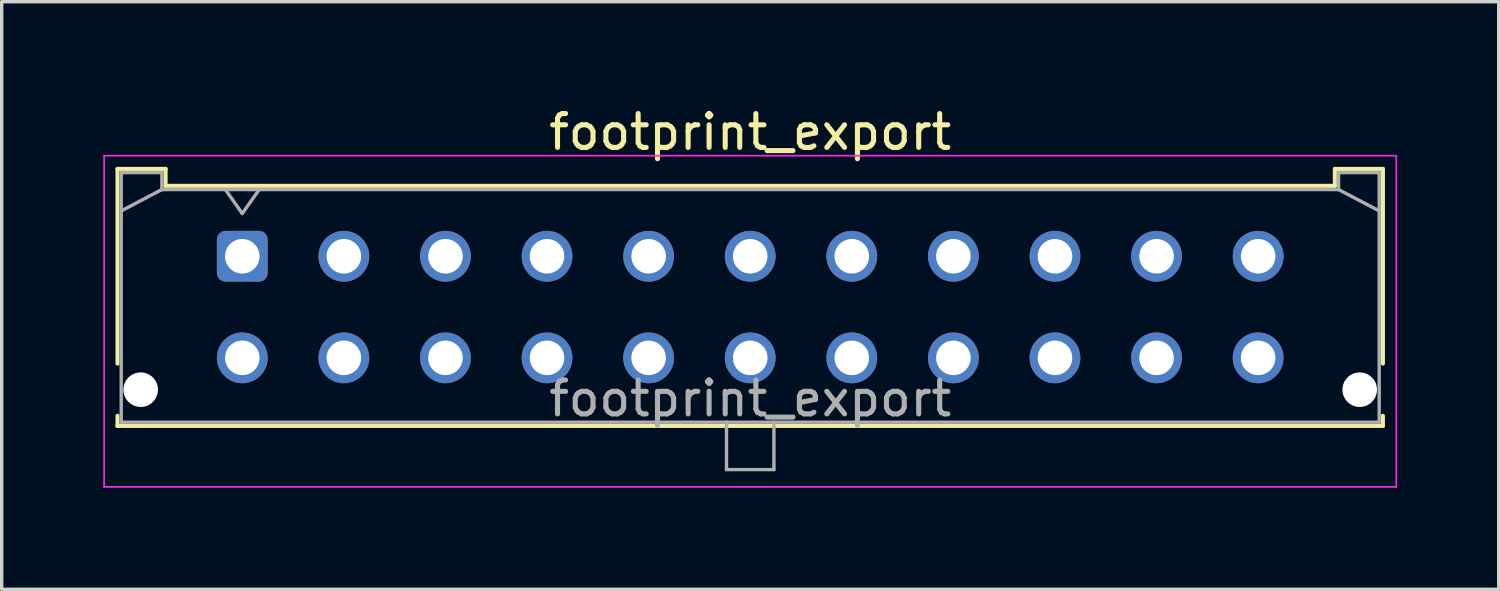
<source format=kicad_pcb>
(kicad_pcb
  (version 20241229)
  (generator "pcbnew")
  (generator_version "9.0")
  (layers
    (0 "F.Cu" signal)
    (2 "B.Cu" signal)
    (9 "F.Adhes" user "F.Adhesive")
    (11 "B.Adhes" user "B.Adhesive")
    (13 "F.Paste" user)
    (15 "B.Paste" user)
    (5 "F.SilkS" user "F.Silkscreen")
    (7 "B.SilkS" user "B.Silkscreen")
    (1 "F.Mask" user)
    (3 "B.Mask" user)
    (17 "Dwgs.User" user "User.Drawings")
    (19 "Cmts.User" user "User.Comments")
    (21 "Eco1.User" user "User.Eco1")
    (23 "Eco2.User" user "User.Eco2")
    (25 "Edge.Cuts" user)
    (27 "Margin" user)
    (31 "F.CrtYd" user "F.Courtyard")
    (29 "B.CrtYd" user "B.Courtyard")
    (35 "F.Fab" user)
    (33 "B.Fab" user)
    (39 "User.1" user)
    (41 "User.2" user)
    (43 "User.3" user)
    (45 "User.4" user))
  (footprint "footprint_export"
    (layer "F.Cu")
    (at 4.105 4.518)
    (property "Reference" "footprint_export" (at 15 -3.67 0) (layer "F.SilkS") (effects (font (size 1 1) (thickness 0.15))))
    (attr through_hole)
    (fp_line (start -3.685 -2.58) (end -2.265 -2.58) (stroke (width 0.12) (type solid)) (layer "F.SilkS"))
    (fp_line (start -3.685 3.17) (end -3.685 -2.58) (stroke (width 0.12) (type solid)) (layer "F.SilkS"))
    (fp_line (start -3.685 4.71) (end -3.685 5.01) (stroke (width 0.12) (type solid)) (layer "F.SilkS"))
    (fp_line (start -3.685 5.01) (end 33.685 5.01) (stroke (width 0.12) (type solid)) (layer "F.SilkS"))
    (fp_line (start -2.265 -2.58) (end -2.265 -2.08) (stroke (width 0.12) (type solid)) (layer "F.SilkS"))
    (fp_line (start -2.265 -2.08) (end 32.265 -2.08) (stroke (width 0.12) (type solid)) (layer "F.SilkS"))
    (fp_line (start 32.265 -2.58) (end 33.685 -2.58) (stroke (width 0.12) (type solid)) (layer "F.SilkS"))
    (fp_line (start 32.265 -2.08) (end 32.265 -2.58) (stroke (width 0.12) (type solid)) (layer "F.SilkS"))
    (fp_line (start 33.685 -2.58) (end 33.685 3.17) (stroke (width 0.12) (type solid)) (layer "F.SilkS"))
    (fp_line (start 33.685 5.01) (end 33.685 4.71) (stroke (width 0.12) (type solid)) (layer "F.SilkS"))
    (fp_line (start -4.08 -2.97) (end 34.08 -2.97) (stroke (width 0.05) (type solid)) (layer "F.CrtYd"))
    (fp_line (start -4.08 6.81) (end -4.08 -2.97) (stroke (width 0.05) (type solid)) (layer "F.CrtYd"))
    (fp_line (start 34.08 -2.97) (end 34.08 6.81) (stroke (width 0.05) (type solid)) (layer "F.CrtYd"))
    (fp_line (start 34.08 6.81) (end -4.08 6.81) (stroke (width 0.05) (type solid)) (layer "F.CrtYd"))
    (fp_line (start -3.575 -2.47) (end -3.575 4.9) (stroke (width 0.1) (type solid)) (layer "F.Fab"))
    (fp_line (start -3.575 -1.34) (end -2.375 -1.97) (stroke (width 0.1) (type solid)) (layer "F.Fab"))
    (fp_line (start -3.575 4.9) (end 33.575 4.9) (stroke (width 0.1) (type solid)) (layer "F.Fab"))
    (fp_line (start -2.375 -2.47) (end -3.575 -2.47) (stroke (width 0.1) (type solid)) (layer "F.Fab"))
    (fp_line (start -2.375 -1.97) (end -2.375 -2.47) (stroke (width 0.1) (type solid)) (layer "F.Fab"))
    (fp_line (start -0.5 -1.97) (end 0 -1.263) (stroke (width 0.1) (type solid)) (layer "F.Fab"))
    (fp_line (start 0 -1.263) (end 0.5 -1.97) (stroke (width 0.1) (type solid)) (layer "F.Fab"))
    (fp_line (start 14.3 4.9) (end 14.3 6.3) (stroke (width 0.1) (type solid)) (layer "F.Fab"))
    (fp_line (start 14.3 6.3) (end 15.7 6.3) (stroke (width 0.1) (type solid)) (layer "F.Fab"))
    (fp_line (start 15.7 6.3) (end 15.7 4.9) (stroke (width 0.1) (type solid)) (layer "F.Fab"))
    (fp_line (start 32.375 -2.47) (end 32.375 -1.97) (stroke (width 0.1) (type solid)) (layer "F.Fab"))
    (fp_line (start 32.375 -1.97) (end -2.375 -1.97) (stroke (width 0.1) (type solid)) (layer "F.Fab"))
    (fp_line (start 33.575 -2.47) (end 32.375 -2.47) (stroke (width 0.1) (type solid)) (layer "F.Fab"))
    (fp_line (start 33.575 -1.34) (end 32.375 -1.97) (stroke (width 0.1) (type solid)) (layer "F.Fab"))
    (fp_line (start 33.575 4.9) (end 33.575 -2.47) (stroke (width 0.1) (type solid)) (layer "F.Fab"))
    (fp_text user "${REFERENCE}" (at 15 4.2 0) (layer "F.Fab") (effects (font (size 1 1) (thickness 0.15))))
    (pad "" np_thru_hole circle (at -3 3.94) (size 1.02 1.02) (drill 1.02) (layers "*.Cu" "*.Mask"))
    (pad "" np_thru_hole circle (at 33 3.94) (size 1.02 1.02) (drill 1.02) (layers "*.Cu" "*.Mask"))
    (pad "1" thru_hole roundrect (at 0 0) (size 1.5 1.5) (drill 1.02) (layers "*.Cu" "*.Mask") (roundrect_rratio 0.167))
    (pad "2" thru_hole circle (at 3 0) (size 1.5 1.5) (drill 1.02) (layers "*.Cu" "*.Mask"))
    (pad "3" thru_hole circle (at 6 0) (size 1.5 1.5) (drill 1.02) (layers "*.Cu" "*.Mask"))
    (pad "4" thru_hole circle (at 9 0) (size 1.5 1.5) (drill 1.02) (layers "*.Cu" "*.Mask"))
    (pad "5" thru_hole circle (at 12 0) (size 1.5 1.5) (drill 1.02) (layers "*.Cu" "*.Mask"))
    (pad "6" thru_hole circle (at 15 0) (size 1.5 1.5) (drill 1.02) (layers "*.Cu" "*.Mask"))
    (pad "7" thru_hole circle (at 18 0) (size 1.5 1.5) (drill 1.02) (layers "*.Cu" "*.Mask"))
    (pad "8" thru_hole circle (at 21 0) (size 1.5 1.5) (drill 1.02) (layers "*.Cu" "*.Mask"))
    (pad "9" thru_hole circle (at 24 0) (size 1.5 1.5) (drill 1.02) (layers "*.Cu" "*.Mask"))
    (pad "10" thru_hole circle (at 27 0) (size 1.5 1.5) (drill 1.02) (layers "*.Cu" "*.Mask"))
    (pad "11" thru_hole circle (at 30 0) (size 1.5 1.5) (drill 1.02) (layers "*.Cu" "*.Mask"))
    (pad "12" thru_hole circle (at 0 3) (size 1.5 1.5) (drill 1.02) (layers "*.Cu" "*.Mask"))
    (pad "13" thru_hole circle (at 3 3) (size 1.5 1.5) (drill 1.02) (layers "*.Cu" "*.Mask"))
    (pad "14" thru_hole circle (at 6 3) (size 1.5 1.5) (drill 1.02) (layers "*.Cu" "*.Mask"))
    (pad "15" thru_hole circle (at 9 3) (size 1.5 1.5) (drill 1.02) (layers "*.Cu" "*.Mask"))
    (pad "16" thru_hole circle (at 12 3) (size 1.5 1.5) (drill 1.02) (layers "*.Cu" "*.Mask"))
    (pad "17" thru_hole circle (at 15 3) (size 1.5 1.5) (drill 1.02) (layers "*.Cu" "*.Mask"))
    (pad "18" thru_hole circle (at 18 3) (size 1.5 1.5) (drill 1.02) (layers "*.Cu" "*.Mask"))
    (pad "19" thru_hole circle (at 21 3) (size 1.5 1.5) (drill 1.02) (layers "*.Cu" "*.Mask"))
    (pad "20" thru_hole circle (at 24 3) (size 1.5 1.5) (drill 1.02) (layers "*.Cu" "*.Mask"))
    (pad "21" thru_hole circle (at 27 3) (size 1.5 1.5) (drill 1.02) (layers "*.Cu" "*.Mask"))
    (pad "22" thru_hole circle (at 30 3) (size 1.5 1.5) (drill 1.02) (layers "*.Cu" "*.Mask")))
  (gr_rect
    (start -3 -3)
    (end 41.21 14.353)
    (stroke (width 0.1) (type default))
    (fill no)
    (layer "Edge.Cuts")))
</source>
